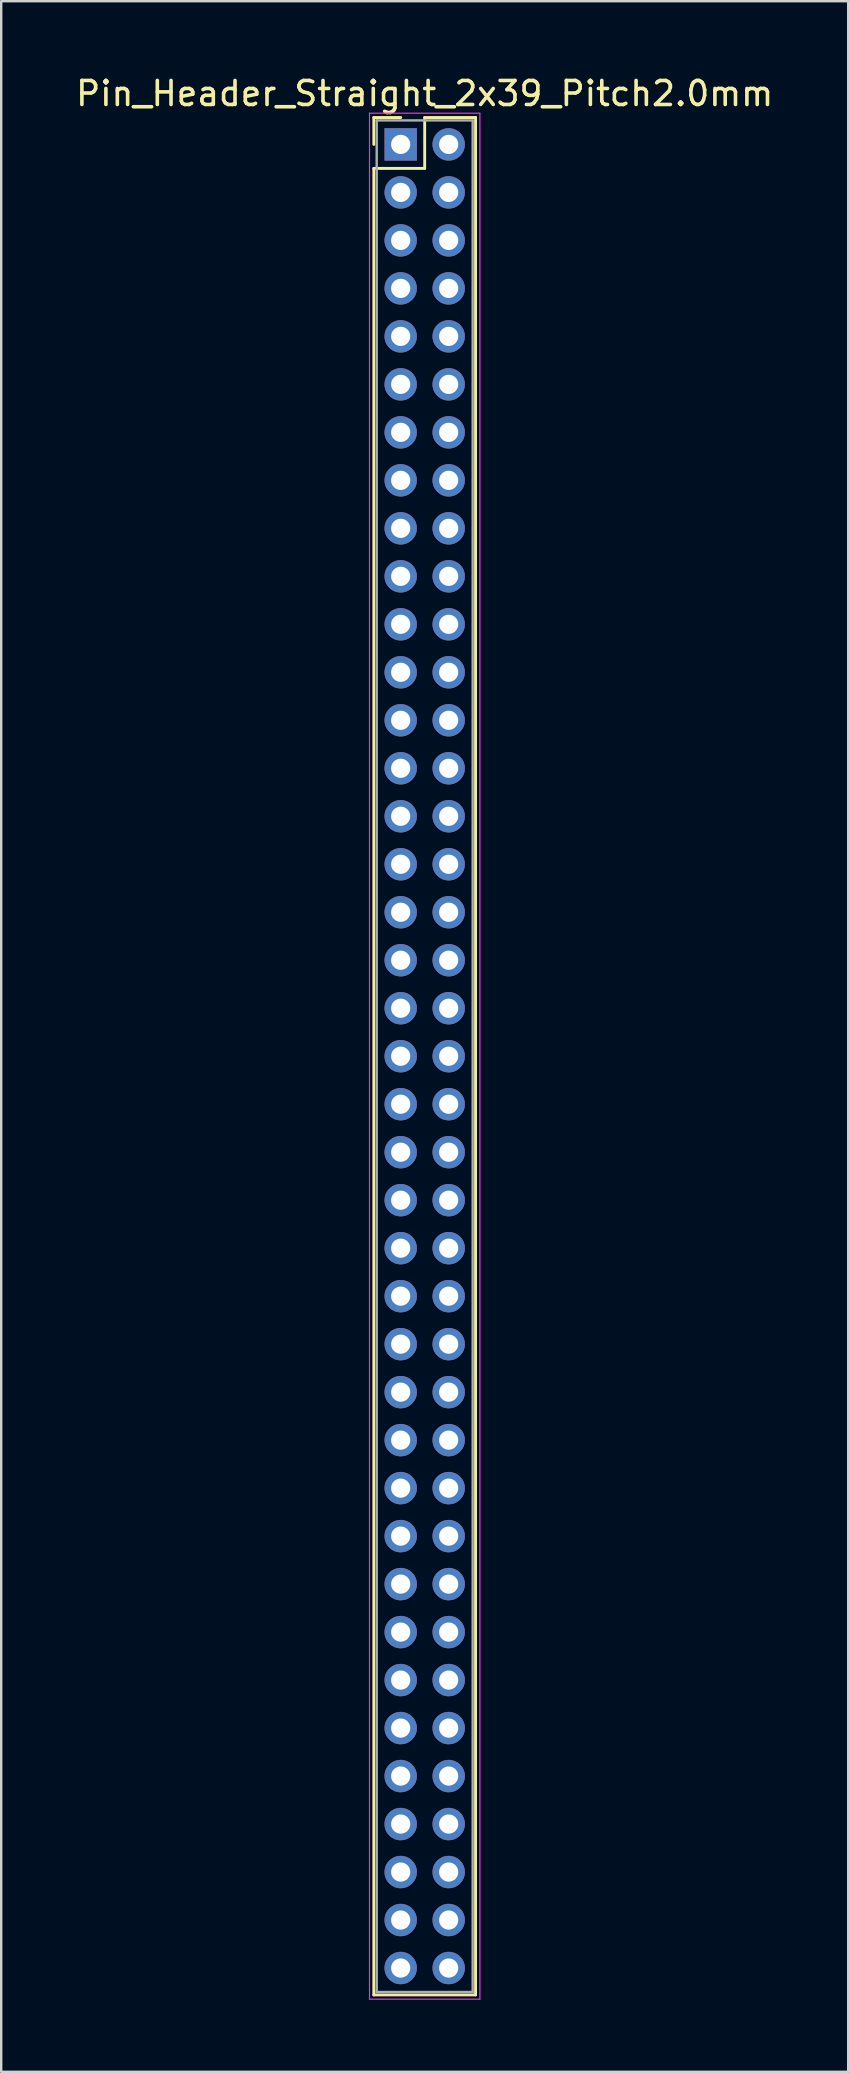
<source format=kicad_pcb>
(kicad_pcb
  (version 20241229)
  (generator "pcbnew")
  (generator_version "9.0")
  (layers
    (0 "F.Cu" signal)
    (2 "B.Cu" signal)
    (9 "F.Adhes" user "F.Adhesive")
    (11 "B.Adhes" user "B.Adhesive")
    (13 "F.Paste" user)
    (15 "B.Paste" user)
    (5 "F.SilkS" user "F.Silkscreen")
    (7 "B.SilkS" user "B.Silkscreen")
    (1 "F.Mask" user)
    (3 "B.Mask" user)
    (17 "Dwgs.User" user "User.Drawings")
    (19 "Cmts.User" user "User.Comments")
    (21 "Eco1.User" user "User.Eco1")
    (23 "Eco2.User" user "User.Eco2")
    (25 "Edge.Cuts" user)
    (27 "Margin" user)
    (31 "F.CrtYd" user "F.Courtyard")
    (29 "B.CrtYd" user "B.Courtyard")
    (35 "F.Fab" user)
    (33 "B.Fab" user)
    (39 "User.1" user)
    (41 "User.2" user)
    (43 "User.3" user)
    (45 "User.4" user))
  (footprint "Pin_Header_Straight_2x39_Pitch2.0mm"
    (layer "F.Cu")
    (at 13.649 2.968)
    (property "Reference" "Pin_Header_Straight_2x39_Pitch2.0mm" (at 1 -2.12 0) (layer "F.SilkS") (effects (font (size 1 1) (thickness 0.15))))
    (attr through_hole)
    (fp_line (start -1.12 -1.12) (end 0 -1.12) (stroke (width 0.12) (type solid)) (layer "F.SilkS"))
    (fp_line (start -1.12 0) (end -1.12 -1.12) (stroke (width 0.12) (type solid)) (layer "F.SilkS"))
    (fp_line (start -1.12 1) (end -1.12 77.12) (stroke (width 0.12) (type solid)) (layer "F.SilkS"))
    (fp_line (start -1.12 77.12) (end 3.12 77.12) (stroke (width 0.12) (type solid)) (layer "F.SilkS"))
    (fp_line (start 1 -1.12) (end 1 1) (stroke (width 0.12) (type solid)) (layer "F.SilkS"))
    (fp_line (start 1 1) (end -1.12 1) (stroke (width 0.12) (type solid)) (layer "F.SilkS"))
    (fp_line (start 3.12 -1.12) (end 1 -1.12) (stroke (width 0.12) (type solid)) (layer "F.SilkS"))
    (fp_line (start 3.12 77.12) (end 3.12 -1.12) (stroke (width 0.12) (type solid)) (layer "F.SilkS"))
    (fp_line (start -1.3 -1.3) (end -1.3 77.3) (stroke (width 0.05) (type solid)) (layer "F.CrtYd"))
    (fp_line (start -1.3 77.3) (end 3.3 77.3) (stroke (width 0.05) (type solid)) (layer "F.CrtYd"))
    (fp_line (start 3.3 -1.3) (end -1.3 -1.3) (stroke (width 0.05) (type solid)) (layer "F.CrtYd"))
    (fp_line (start 3.3 77.3) (end 3.3 -1.3) (stroke (width 0.05) (type solid)) (layer "F.CrtYd"))
    (fp_line (start -1 -1) (end -1 77) (stroke (width 0.1) (type solid)) (layer "F.Fab"))
    (fp_line (start -1 77) (end 3 77) (stroke (width 0.1) (type solid)) (layer "F.Fab"))
    (fp_line (start 3 -1) (end -1 -1) (stroke (width 0.1) (type solid)) (layer "F.Fab"))
    (fp_line (start 3 77) (end 3 -1) (stroke (width 0.1) (type solid)) (layer "F.Fab"))
    (pad "1" thru_hole rect (at 0 0) (size 1.35 1.35) (drill 0.8) (layers "*.Cu" "*.Mask"))
    (pad "2" thru_hole oval (at 2 0) (size 1.35 1.35) (drill 0.8) (layers "*.Cu" "*.Mask"))
    (pad "3" thru_hole oval (at 0 2) (size 1.35 1.35) (drill 0.8) (layers "*.Cu" "*.Mask"))
    (pad "4" thru_hole oval (at 2 2) (size 1.35 1.35) (drill 0.8) (layers "*.Cu" "*.Mask"))
    (pad "5" thru_hole oval (at 0 4) (size 1.35 1.35) (drill 0.8) (layers "*.Cu" "*.Mask"))
    (pad "6" thru_hole oval (at 2 4) (size 1.35 1.35) (drill 0.8) (layers "*.Cu" "*.Mask"))
    (pad "7" thru_hole oval (at 0 6) (size 1.35 1.35) (drill 0.8) (layers "*.Cu" "*.Mask"))
    (pad "8" thru_hole oval (at 2 6) (size 1.35 1.35) (drill 0.8) (layers "*.Cu" "*.Mask"))
    (pad "9" thru_hole oval (at 0 8) (size 1.35 1.35) (drill 0.8) (layers "*.Cu" "*.Mask"))
    (pad "10" thru_hole oval (at 2 8) (size 1.35 1.35) (drill 0.8) (layers "*.Cu" "*.Mask"))
    (pad "11" thru_hole oval (at 0 10) (size 1.35 1.35) (drill 0.8) (layers "*.Cu" "*.Mask"))
    (pad "12" thru_hole oval (at 2 10) (size 1.35 1.35) (drill 0.8) (layers "*.Cu" "*.Mask"))
    (pad "13" thru_hole oval (at 0 12) (size 1.35 1.35) (drill 0.8) (layers "*.Cu" "*.Mask"))
    (pad "14" thru_hole oval (at 2 12) (size 1.35 1.35) (drill 0.8) (layers "*.Cu" "*.Mask"))
    (pad "15" thru_hole oval (at 0 14) (size 1.35 1.35) (drill 0.8) (layers "*.Cu" "*.Mask"))
    (pad "16" thru_hole oval (at 2 14) (size 1.35 1.35) (drill 0.8) (layers "*.Cu" "*.Mask"))
    (pad "17" thru_hole oval (at 0 16) (size 1.35 1.35) (drill 0.8) (layers "*.Cu" "*.Mask"))
    (pad "18" thru_hole oval (at 2 16) (size 1.35 1.35) (drill 0.8) (layers "*.Cu" "*.Mask"))
    (pad "19" thru_hole oval (at 0 18) (size 1.35 1.35) (drill 0.8) (layers "*.Cu" "*.Mask"))
    (pad "20" thru_hole oval (at 2 18) (size 1.35 1.35) (drill 0.8) (layers "*.Cu" "*.Mask"))
    (pad "21" thru_hole oval (at 0 20) (size 1.35 1.35) (drill 0.8) (layers "*.Cu" "*.Mask"))
    (pad "22" thru_hole oval (at 2 20) (size 1.35 1.35) (drill 0.8) (layers "*.Cu" "*.Mask"))
    (pad "23" thru_hole oval (at 0 22) (size 1.35 1.35) (drill 0.8) (layers "*.Cu" "*.Mask"))
    (pad "24" thru_hole oval (at 2 22) (size 1.35 1.35) (drill 0.8) (layers "*.Cu" "*.Mask"))
    (pad "25" thru_hole oval (at 0 24) (size 1.35 1.35) (drill 0.8) (layers "*.Cu" "*.Mask"))
    (pad "26" thru_hole oval (at 2 24) (size 1.35 1.35) (drill 0.8) (layers "*.Cu" "*.Mask"))
    (pad "27" thru_hole oval (at 0 26) (size 1.35 1.35) (drill 0.8) (layers "*.Cu" "*.Mask"))
    (pad "28" thru_hole oval (at 2 26) (size 1.35 1.35) (drill 0.8) (layers "*.Cu" "*.Mask"))
    (pad "29" thru_hole oval (at 0 28) (size 1.35 1.35) (drill 0.8) (layers "*.Cu" "*.Mask"))
    (pad "30" thru_hole oval (at 2 28) (size 1.35 1.35) (drill 0.8) (layers "*.Cu" "*.Mask"))
    (pad "31" thru_hole oval (at 0 30) (size 1.35 1.35) (drill 0.8) (layers "*.Cu" "*.Mask"))
    (pad "32" thru_hole oval (at 2 30) (size 1.35 1.35) (drill 0.8) (layers "*.Cu" "*.Mask"))
    (pad "33" thru_hole oval (at 0 32) (size 1.35 1.35) (drill 0.8) (layers "*.Cu" "*.Mask"))
    (pad "34" thru_hole oval (at 2 32) (size 1.35 1.35) (drill 0.8) (layers "*.Cu" "*.Mask"))
    (pad "35" thru_hole oval (at 0 34) (size 1.35 1.35) (drill 0.8) (layers "*.Cu" "*.Mask"))
    (pad "36" thru_hole oval (at 2 34) (size 1.35 1.35) (drill 0.8) (layers "*.Cu" "*.Mask"))
    (pad "37" thru_hole oval (at 0 36) (size 1.35 1.35) (drill 0.8) (layers "*.Cu" "*.Mask"))
    (pad "38" thru_hole oval (at 2 36) (size 1.35 1.35) (drill 0.8) (layers "*.Cu" "*.Mask"))
    (pad "39" thru_hole oval (at 0 38) (size 1.35 1.35) (drill 0.8) (layers "*.Cu" "*.Mask"))
    (pad "40" thru_hole oval (at 2 38) (size 1.35 1.35) (drill 0.8) (layers "*.Cu" "*.Mask"))
    (pad "41" thru_hole oval (at 0 40) (size 1.35 1.35) (drill 0.8) (layers "*.Cu" "*.Mask"))
    (pad "42" thru_hole oval (at 2 40) (size 1.35 1.35) (drill 0.8) (layers "*.Cu" "*.Mask"))
    (pad "43" thru_hole oval (at 0 42) (size 1.35 1.35) (drill 0.8) (layers "*.Cu" "*.Mask"))
    (pad "44" thru_hole oval (at 2 42) (size 1.35 1.35) (drill 0.8) (layers "*.Cu" "*.Mask"))
    (pad "45" thru_hole oval (at 0 44) (size 1.35 1.35) (drill 0.8) (layers "*.Cu" "*.Mask"))
    (pad "46" thru_hole oval (at 2 44) (size 1.35 1.35) (drill 0.8) (layers "*.Cu" "*.Mask"))
    (pad "47" thru_hole oval (at 0 46) (size 1.35 1.35) (drill 0.8) (layers "*.Cu" "*.Mask"))
    (pad "48" thru_hole oval (at 2 46) (size 1.35 1.35) (drill 0.8) (layers "*.Cu" "*.Mask"))
    (pad "49" thru_hole oval (at 0 48) (size 1.35 1.35) (drill 0.8) (layers "*.Cu" "*.Mask"))
    (pad "50" thru_hole oval (at 2 48) (size 1.35 1.35) (drill 0.8) (layers "*.Cu" "*.Mask"))
    (pad "51" thru_hole oval (at 0 50) (size 1.35 1.35) (drill 0.8) (layers "*.Cu" "*.Mask"))
    (pad "52" thru_hole oval (at 2 50) (size 1.35 1.35) (drill 0.8) (layers "*.Cu" "*.Mask"))
    (pad "53" thru_hole oval (at 0 52) (size 1.35 1.35) (drill 0.8) (layers "*.Cu" "*.Mask"))
    (pad "54" thru_hole oval (at 2 52) (size 1.35 1.35) (drill 0.8) (layers "*.Cu" "*.Mask"))
    (pad "55" thru_hole oval (at 0 54) (size 1.35 1.35) (drill 0.8) (layers "*.Cu" "*.Mask"))
    (pad "56" thru_hole oval (at 2 54) (size 1.35 1.35) (drill 0.8) (layers "*.Cu" "*.Mask"))
    (pad "57" thru_hole oval (at 0 56) (size 1.35 1.35) (drill 0.8) (layers "*.Cu" "*.Mask"))
    (pad "58" thru_hole oval (at 2 56) (size 1.35 1.35) (drill 0.8) (layers "*.Cu" "*.Mask"))
    (pad "59" thru_hole oval (at 0 58) (size 1.35 1.35) (drill 0.8) (layers "*.Cu" "*.Mask"))
    (pad "60" thru_hole oval (at 2 58) (size 1.35 1.35) (drill 0.8) (layers "*.Cu" "*.Mask"))
    (pad "61" thru_hole oval (at 0 60) (size 1.35 1.35) (drill 0.8) (layers "*.Cu" "*.Mask"))
    (pad "62" thru_hole oval (at 2 60) (size 1.35 1.35) (drill 0.8) (layers "*.Cu" "*.Mask"))
    (pad "63" thru_hole oval (at 0 62) (size 1.35 1.35) (drill 0.8) (layers "*.Cu" "*.Mask"))
    (pad "64" thru_hole oval (at 2 62) (size 1.35 1.35) (drill 0.8) (layers "*.Cu" "*.Mask"))
    (pad "65" thru_hole oval (at 0 64) (size 1.35 1.35) (drill 0.8) (layers "*.Cu" "*.Mask"))
    (pad "66" thru_hole oval (at 2 64) (size 1.35 1.35) (drill 0.8) (layers "*.Cu" "*.Mask"))
    (pad "67" thru_hole oval (at 0 66) (size 1.35 1.35) (drill 0.8) (layers "*.Cu" "*.Mask"))
    (pad "68" thru_hole oval (at 2 66) (size 1.35 1.35) (drill 0.8) (layers "*.Cu" "*.Mask"))
    (pad "69" thru_hole oval (at 0 68) (size 1.35 1.35) (drill 0.8) (layers "*.Cu" "*.Mask"))
    (pad "70" thru_hole oval (at 2 68) (size 1.35 1.35) (drill 0.8) (layers "*.Cu" "*.Mask"))
    (pad "71" thru_hole oval (at 0 70) (size 1.35 1.35) (drill 0.8) (layers "*.Cu" "*.Mask"))
    (pad "72" thru_hole oval (at 2 70) (size 1.35 1.35) (drill 0.8) (layers "*.Cu" "*.Mask"))
    (pad "73" thru_hole oval (at 0 72) (size 1.35 1.35) (drill 0.8) (layers "*.Cu" "*.Mask"))
    (pad "74" thru_hole oval (at 2 72) (size 1.35 1.35) (drill 0.8) (layers "*.Cu" "*.Mask"))
    (pad "75" thru_hole oval (at 0 74) (size 1.35 1.35) (drill 0.8) (layers "*.Cu" "*.Mask"))
    (pad "76" thru_hole oval (at 2 74) (size 1.35 1.35) (drill 0.8) (layers "*.Cu" "*.Mask"))
    (pad "77" thru_hole oval (at 0 76) (size 1.35 1.35) (drill 0.8) (layers "*.Cu" "*.Mask"))
    (pad "78" thru_hole oval (at 2 76) (size 1.35 1.35) (drill 0.8) (layers "*.Cu" "*.Mask")))
  (gr_rect
    (start -3 -3)
    (end 32.298 83.293)
    (stroke (width 0.1) (type default))
    (fill no)
    (layer "Edge.Cuts")))
</source>
